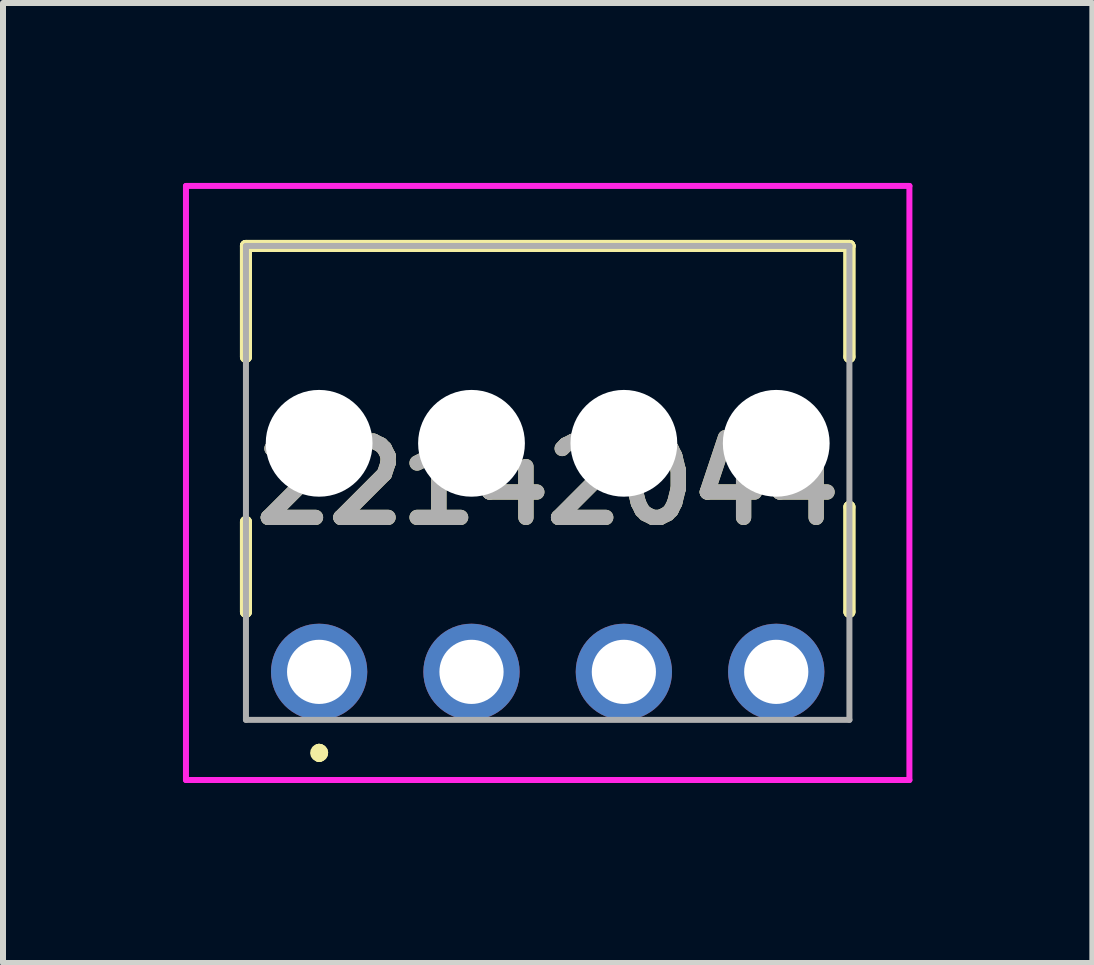
<source format=kicad_pcb>
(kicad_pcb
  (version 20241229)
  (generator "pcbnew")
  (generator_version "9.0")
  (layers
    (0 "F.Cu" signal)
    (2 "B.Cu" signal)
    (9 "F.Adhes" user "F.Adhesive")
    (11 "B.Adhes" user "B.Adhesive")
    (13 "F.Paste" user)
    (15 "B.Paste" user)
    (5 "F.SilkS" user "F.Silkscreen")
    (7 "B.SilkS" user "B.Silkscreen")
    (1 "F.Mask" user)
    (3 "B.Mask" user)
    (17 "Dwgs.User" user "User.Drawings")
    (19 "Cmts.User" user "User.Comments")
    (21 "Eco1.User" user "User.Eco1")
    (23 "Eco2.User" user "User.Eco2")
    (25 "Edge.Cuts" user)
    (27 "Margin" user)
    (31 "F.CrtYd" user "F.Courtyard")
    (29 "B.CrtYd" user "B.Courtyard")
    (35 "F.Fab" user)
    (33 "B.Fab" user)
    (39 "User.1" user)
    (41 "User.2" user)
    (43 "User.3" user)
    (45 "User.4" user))
  (footprint "22142044"
    (layer "F.Cu")
    (at 2.27 8.15)
    (property "Reference" "22142044" (at 3.81 -3.149 0) (layer "F.SilkS") (effects (font (size 1.27 1.27) (thickness 0.254))))
    (attr through_hole)
    (fp_line (start -1.22 -7.1) (end -1.22 -7.1) (stroke (width 0.2) (type solid)) (layer "F.SilkS"))
    (fp_line (start -1.22 -7.1) (end -1.22 -7.1) (stroke (width 0.2) (type solid)) (layer "F.SilkS"))
    (fp_line (start -1.22 -7.1) (end -1.22 -5.25) (stroke (width 0.2) (type solid)) (layer "F.SilkS"))
    (fp_line (start -1.22 -7.1) (end 8.84 -7.1) (stroke (width 0.2) (type solid)) (layer "F.SilkS"))
    (fp_line (start -1.22 -5.25) (end -1.22 -7.1) (stroke (width 0.2) (type solid)) (layer "F.SilkS"))
    (fp_line (start -1.22 -5.25) (end -1.22 -5.25) (stroke (width 0.2) (type solid)) (layer "F.SilkS"))
    (fp_line (start -1.22 -2.5) (end -1.22 -2.5) (stroke (width 0.2) (type solid)) (layer "F.SilkS"))
    (fp_line (start -1.22 -2.5) (end -1.22 -1) (stroke (width 0.2) (type solid)) (layer "F.SilkS"))
    (fp_line (start -1.22 -1) (end -1.22 -2.5) (stroke (width 0.2) (type solid)) (layer "F.SilkS"))
    (fp_line (start -1.22 -1) (end -1.22 -1) (stroke (width 0.2) (type solid)) (layer "F.SilkS"))
    (fp_line (start 0 1.3) (end 0 1.3) (stroke (width 0.2) (type solid)) (layer "F.SilkS"))
    (fp_line (start 0 1.4) (end 0 1.4) (stroke (width 0.2) (type solid)) (layer "F.SilkS"))
    (fp_line (start 0 1.4) (end 0 1.4) (stroke (width 0.2) (type solid)) (layer "F.SilkS"))
    (fp_line (start 8.84 -7.1) (end -1.22 -7.1) (stroke (width 0.2) (type solid)) (layer "F.SilkS"))
    (fp_line (start 8.84 -7.1) (end 8.84 -7.1) (stroke (width 0.2) (type solid)) (layer "F.SilkS"))
    (fp_line (start 8.84 -7.1) (end 8.84 -7.1) (stroke (width 0.2) (type solid)) (layer "F.SilkS"))
    (fp_line (start 8.84 -7.1) (end 8.84 -5.25) (stroke (width 0.2) (type solid)) (layer "F.SilkS"))
    (fp_line (start 8.84 -5.25) (end 8.84 -7.1) (stroke (width 0.2) (type solid)) (layer "F.SilkS"))
    (fp_line (start 8.84 -5.25) (end 8.84 -5.25) (stroke (width 0.2) (type solid)) (layer "F.SilkS"))
    (fp_line (start 8.84 -2.75) (end 8.84 -2.75) (stroke (width 0.2) (type solid)) (layer "F.SilkS"))
    (fp_line (start 8.84 -2.75) (end 8.84 -1) (stroke (width 0.2) (type solid)) (layer "F.SilkS"))
    (fp_line (start 8.84 -1) (end 8.84 -2.75) (stroke (width 0.2) (type solid)) (layer "F.SilkS"))
    (fp_line (start 8.84 -1) (end 8.84 -1) (stroke (width 0.2) (type solid)) (layer "F.SilkS"))
    (fp_arc (start 0 1.3) (mid 0.05 1.35) (end 0 1.4) (stroke (width 0.2) (type solid)) (layer "F.SilkS"))
    (fp_arc (start 0 1.3) (mid 0.05 1.35) (end 0 1.4) (stroke (width 0.2) (type solid)) (layer "F.SilkS"))
    (fp_arc (start 0 1.4) (mid -0.05 1.35) (end 0 1.3) (stroke (width 0.2) (type solid)) (layer "F.SilkS"))
    (fp_line (start -2.22 -8.1) (end 9.84 -8.1) (stroke (width 0.1) (type solid)) (layer "F.CrtYd"))
    (fp_line (start -2.22 1.803) (end -2.22 -8.1) (stroke (width 0.1) (type solid)) (layer "F.CrtYd"))
    (fp_line (start 9.84 -8.1) (end 9.84 1.803) (stroke (width 0.1) (type solid)) (layer "F.CrtYd"))
    (fp_line (start 9.84 1.803) (end -2.22 1.803) (stroke (width 0.1) (type solid)) (layer "F.CrtYd"))
    (fp_line (start -1.22 -7.1) (end -1.22 0.8) (stroke (width 0.1) (type solid)) (layer "F.Fab"))
    (fp_line (start -1.22 0.8) (end 8.84 0.8) (stroke (width 0.1) (type solid)) (layer "F.Fab"))
    (fp_line (start 8.84 -7.1) (end -1.22 -7.1) (stroke (width 0.1) (type solid)) (layer "F.Fab"))
    (fp_line (start 8.84 0.8) (end 8.84 -7.1) (stroke (width 0.1) (type solid)) (layer "F.Fab"))
    (fp_text user "${REFERENCE}" (at 3.81 -3.149 0) (layer "F.Fab") (effects (font (size 1.27 1.27) (thickness 0.254))))
    (pad "" np_thru_hole circle (at 0 -3.81) (size 1.78 1.78) (drill 1.78) (layers "*.Cu" "*.Mask"))
    (pad "" np_thru_hole circle (at 2.54 -3.81) (size 1.78 1.78) (drill 1.78) (layers "*.Cu" "*.Mask"))
    (pad "" np_thru_hole circle (at 5.08 -3.81) (size 1.78 1.78) (drill 1.78) (layers "*.Cu" "*.Mask"))
    (pad "" np_thru_hole circle (at 7.62 -3.81) (size 1.78 1.78) (drill 1.78) (layers "*.Cu" "*.Mask"))
    (pad "1" thru_hole circle (at 0 0) (size 1.605 1.605) (drill 1.07) (layers "*.Cu" "*.Mask"))
    (pad "2" thru_hole circle (at 2.54 0) (size 1.605 1.605) (drill 1.07) (layers "*.Cu" "*.Mask"))
    (pad "3" thru_hole circle (at 5.08 0) (size 1.605 1.605) (drill 1.07) (layers "*.Cu" "*.Mask"))
    (pad "4" thru_hole circle (at 7.62 0) (size 1.605 1.605) (drill 1.07) (layers "*.Cu" "*.Mask")))
  (gr_rect
    (start -3 -3)
    (end 15.16 13.003)
    (stroke (width 0.1) (type default))
    (fill no)
    (layer "Edge.Cuts")))
</source>
